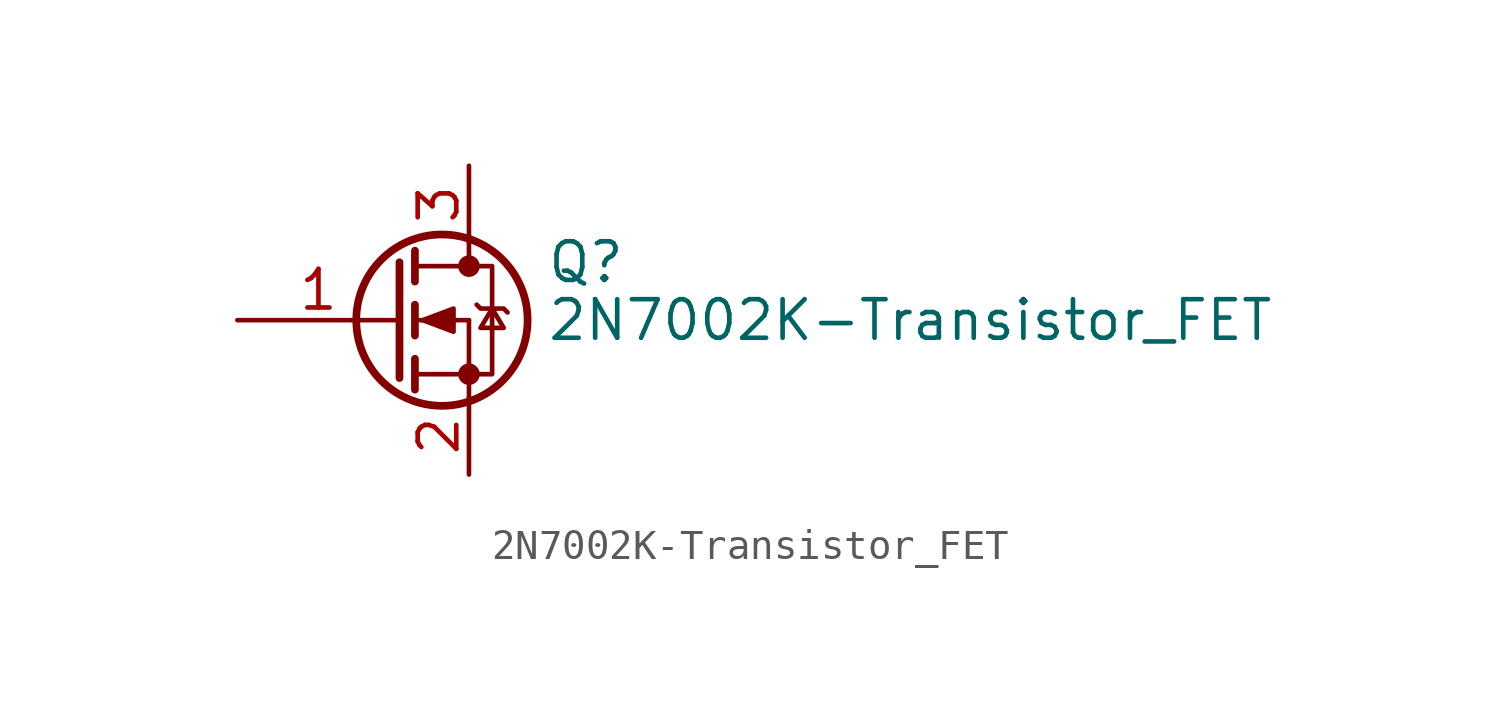
<source format=kicad_sym>
(kicad_symbol_lib
  (version 20220914)
  (generator kicad_symbol_editor)
  (symbol "2N7002K-Transistor_FET"
    (pin_names
      (offset 0) hide)
    (property "Reference" "Q"
      (at 5.08 1.905 0)
      (effects (font (size 1.27 1.27)) (justify left)))
    (property "Value" "2N7002K-Transistor_FET"
      (at 5.08 0 0)
      (effects (font (size 1.27 1.27)) (justify left)))
    (symbol "2N7002K-Transistor_FET_0_1"
      (polyline (pts (xy 0.762 -1.778) (xy 2.54 -1.778)) (stroke (width 0) (type solid)) (fill (type none)))
      (polyline (pts (xy 0.762 -1.27) (xy 0.762 -2.286)) (stroke (width 0.254) (type solid)) (fill (type none)))
      (polyline (pts (xy 0.762 0) (xy 2.54 0)) (stroke (width 0) (type solid)) (fill (type none)))
      (polyline (pts (xy 0.762 0.508) (xy 0.762 -0.508)) (stroke (width 0.254) (type solid)) (fill (type none)))
      (polyline (pts (xy 0.762 1.778) (xy 2.54 1.778)) (stroke (width 0) (type solid)) (fill (type none)))
      (polyline (pts (xy 0.762 2.286) (xy 0.762 1.27)) (stroke (width 0.254) (type solid)) (fill (type none)))
      (polyline (pts (xy 2.54 -1.778) (xy 2.54 -2.54)) (stroke (width 0) (type solid)) (fill (type none)))
      (polyline (pts (xy 2.54 -1.778) (xy 2.54 0)) (stroke (width 0) (type solid)) (fill (type none)))
      (polyline (pts (xy 2.54 2.54) (xy 2.54 1.778)) (stroke (width 0) (type solid)) (fill (type none)))
      (polyline (pts (xy 0.254 1.905) (xy 0.254 -1.905) (xy 0.254 -1.905)) (stroke (width 0.254) (type solid)) (fill (type none)))
      (polyline (pts (xy 1.016 0) (xy 2.032 0.381) (xy 2.032 -0.381) (xy 1.016 0)) (stroke (width 0) (type solid)) (fill (type outline)))
      (polyline (pts (xy 2.54 -1.778) (xy 3.302 -1.778) (xy 3.302 1.778) (xy 2.54 1.778)) (stroke (width 0) (type solid)) (fill (type none)))
      (polyline (pts (xy 2.794 0.508) (xy 2.921 0.381) (xy 3.683 0.381) (xy 3.81 0.254)) (stroke (width 0) (type solid)) (fill (type none)))
      (polyline (pts (xy 3.302 0.381) (xy 2.921 -0.254) (xy 3.683 -0.254) (xy 3.302 0.381)) (stroke (width 0) (type solid)) (fill (type none)))
      (circle (center 1.651 0) (radius 2.819) (stroke (width 0.254) (type solid)) (fill (type none)))
      (circle (center 2.54 -1.778) (radius 0.279) (stroke (width 0) (type solid)) (fill (type outline)))
      (circle (center 2.54 1.778) (radius 0.279) (stroke (width 0) (type solid)) (fill (type outline))))
    (symbol "2N7002K-Transistor_FET_1_1"
      (pin input line (at -5.08 0 0) (length 5.334) (name "G" (effects (font (size 1.27 1.27)))) (number "1" (effects (font (size 1.27 1.27)))))
      (pin passive line (at 2.54 -5.08 90) (length 2.54) (name "S" (effects (font (size 1.27 1.27)))) (number "2" (effects (font (size 1.27 1.27)))))
      (pin passive line (at 2.54 5.08 270) (length 2.54) (name "D" (effects (font (size 1.27 1.27)))) (number "3" (effects (font (size 1.27 1.27))))))))
</source>
